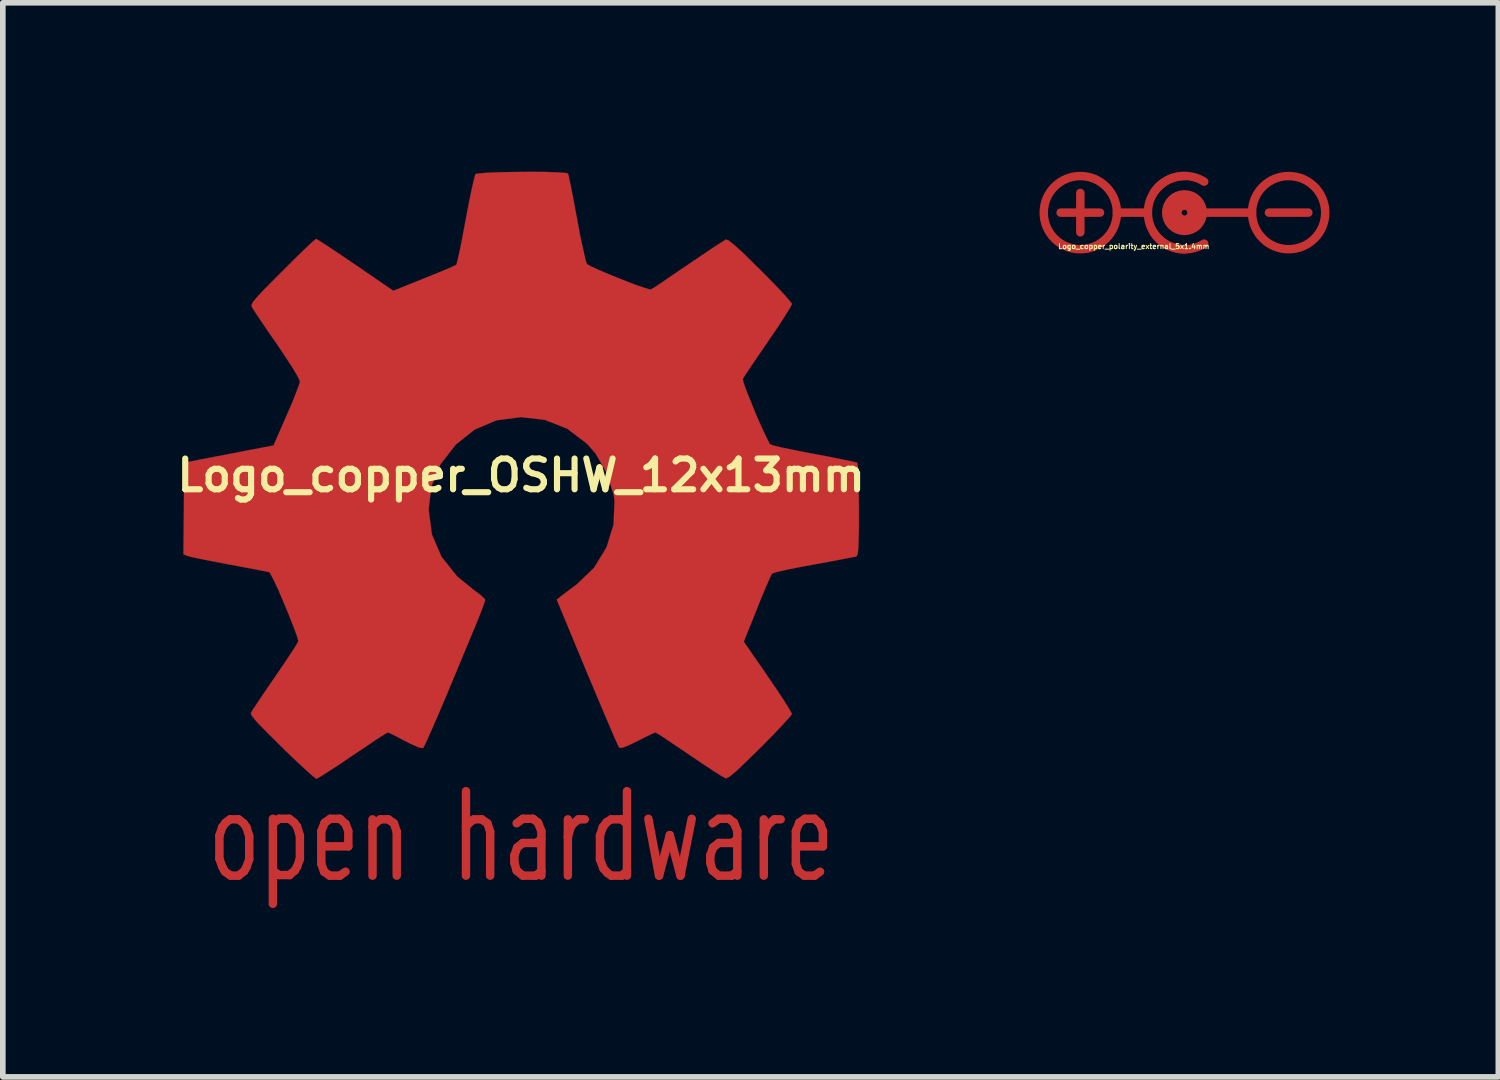
<source format=kicad_pcb>
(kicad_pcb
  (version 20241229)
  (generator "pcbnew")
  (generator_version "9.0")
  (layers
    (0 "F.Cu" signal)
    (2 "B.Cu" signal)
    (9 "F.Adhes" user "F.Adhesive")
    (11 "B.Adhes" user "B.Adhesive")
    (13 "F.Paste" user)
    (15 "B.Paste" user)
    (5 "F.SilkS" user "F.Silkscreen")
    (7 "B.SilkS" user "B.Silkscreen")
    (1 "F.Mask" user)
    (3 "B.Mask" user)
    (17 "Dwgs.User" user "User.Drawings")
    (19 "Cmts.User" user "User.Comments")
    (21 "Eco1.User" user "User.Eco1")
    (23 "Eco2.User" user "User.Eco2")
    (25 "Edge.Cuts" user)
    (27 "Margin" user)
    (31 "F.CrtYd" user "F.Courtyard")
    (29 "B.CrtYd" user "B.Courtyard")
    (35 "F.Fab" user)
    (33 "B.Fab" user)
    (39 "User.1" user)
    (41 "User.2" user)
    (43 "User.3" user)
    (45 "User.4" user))
  (footprint "Logo_copper_OSHW_12x13mm"
    (layer "F.Cu")
    (at 6.207 5.394)
    (property "Reference" "Logo_copper_OSHW_12x13mm" (at 0 0 0) (layer "F.SilkS") (effects (font (size 0.546 0.546) (thickness 0.109))))
    (attr exclude_from_pos_files exclude_from_bom)
    (fp_line (start -5.36 6.4) (end -5.36 6.81) (stroke (width 0.15) (type solid)) (layer "F.Cu"))
    (fp_line (start -5.36 6.81) (end -5.31 6.95) (stroke (width 0.15) (type solid)) (layer "F.Cu"))
    (fp_line (start -5.31 6.25) (end -5.36 6.4) (stroke (width 0.15) (type solid)) (layer "F.Cu"))
    (fp_line (start -5.31 6.95) (end -5.26 7.04) (stroke (width 0.15) (type solid)) (layer "F.Cu"))
    (fp_line (start -5.26 7.04) (end -5.16 7.11) (stroke (width 0.15) (type solid)) (layer "F.Cu"))
    (fp_line (start -5.25 6.17) (end -5.31 6.25) (stroke (width 0.15) (type solid)) (layer "F.Cu"))
    (fp_line (start -5.17 6.11) (end -5.25 6.17) (stroke (width 0.15) (type solid)) (layer "F.Cu"))
    (fp_line (start -5.16 7.11) (end -5.02 7.11) (stroke (width 0.15) (type solid)) (layer "F.Cu"))
    (fp_line (start -5.02 6.11) (end -5.17 6.11) (stroke (width 0.15) (type solid)) (layer "F.Cu"))
    (fp_line (start -5.02 7.11) (end -4.92 7.03) (stroke (width 0.15) (type solid)) (layer "F.Cu"))
    (fp_line (start -4.93 6.18) (end -5.02 6.11) (stroke (width 0.15) (type solid)) (layer "F.Cu"))
    (fp_line (start -4.92 7.03) (end -4.88 6.96) (stroke (width 0.15) (type solid)) (layer "F.Cu"))
    (fp_line (start -4.88 6.25) (end -4.93 6.18) (stroke (width 0.15) (type solid)) (layer "F.Cu"))
    (fp_line (start -4.88 6.96) (end -4.83 6.82) (stroke (width 0.15) (type solid)) (layer "F.Cu"))
    (fp_line (start -4.83 6.41) (end -4.88 6.25) (stroke (width 0.15) (type solid)) (layer "F.Cu"))
    (fp_line (start -4.83 6.82) (end -4.83 6.41) (stroke (width 0.15) (type solid)) (layer "F.Cu"))
    (fp_line (start -4.41 6.1) (end -4.41 7.61) (stroke (width 0.15) (type solid)) (layer "F.Cu"))
    (fp_line (start -4.4 7.03) (end -4.3 7.1) (stroke (width 0.15) (type solid)) (layer "F.Cu"))
    (fp_line (start -4.3 6.1) (end -4.38 6.16) (stroke (width 0.15) (type solid)) (layer "F.Cu"))
    (fp_line (start -4.3 6.1) (end -4.12 6.1) (stroke (width 0.15) (type solid)) (layer "F.Cu"))
    (fp_line (start -4.3 7.1) (end -4.11 7.1) (stroke (width 0.15) (type solid)) (layer "F.Cu"))
    (fp_line (start -4.12 7.1) (end -4.02 7.02) (stroke (width 0.15) (type solid)) (layer "F.Cu"))
    (fp_line (start -4.03 6.17) (end -4.12 6.1) (stroke (width 0.15) (type solid)) (layer "F.Cu"))
    (fp_line (start -4.02 7.02) (end -3.98 6.95) (stroke (width 0.15) (type solid)) (layer "F.Cu"))
    (fp_line (start -3.98 6.24) (end -4.03 6.17) (stroke (width 0.15) (type solid)) (layer "F.Cu"))
    (fp_line (start -3.98 6.95) (end -3.93 6.81) (stroke (width 0.15) (type solid)) (layer "F.Cu"))
    (fp_line (start -3.93 6.4) (end -3.98 6.24) (stroke (width 0.15) (type solid)) (layer "F.Cu"))
    (fp_line (start -3.93 6.81) (end -3.93 6.4) (stroke (width 0.15) (type solid)) (layer "F.Cu"))
    (fp_line (start -3.55 6.32) (end -3.55 6.9) (stroke (width 0.15) (type solid)) (layer "F.Cu"))
    (fp_line (start -3.55 6.59) (end -3.07 6.59) (stroke (width 0.15) (type solid)) (layer "F.Cu"))
    (fp_line (start -3.55 6.9) (end -3.5 7.04) (stroke (width 0.15) (type solid)) (layer "F.Cu"))
    (fp_line (start -3.5 7.04) (end -3.4 7.11) (stroke (width 0.15) (type solid)) (layer "F.Cu"))
    (fp_line (start -3.49 6.17) (end -3.55 6.32) (stroke (width 0.15) (type solid)) (layer "F.Cu"))
    (fp_line (start -3.4 7.11) (end -3.22 7.11) (stroke (width 0.15) (type solid)) (layer "F.Cu"))
    (fp_line (start -3.39 6.1) (end -3.49 6.17) (stroke (width 0.15) (type solid)) (layer "F.Cu"))
    (fp_line (start -3.22 6.1) (end -3.39 6.1) (stroke (width 0.15) (type solid)) (layer "F.Cu"))
    (fp_line (start -3.22 7.11) (end -3.12 7.04) (stroke (width 0.15) (type solid)) (layer "F.Cu"))
    (fp_line (start -3.12 6.19) (end -3.22 6.1) (stroke (width 0.15) (type solid)) (layer "F.Cu"))
    (fp_line (start -3.07 6.32) (end -3.12 6.19) (stroke (width 0.15) (type solid)) (layer "F.Cu"))
    (fp_line (start -3.07 6.59) (end -3.07 6.32) (stroke (width 0.15) (type solid)) (layer "F.Cu"))
    (fp_line (start -2.64 6.11) (end -2.64 7.11) (stroke (width 0.15) (type solid)) (layer "F.Cu"))
    (fp_line (start -2.58 6.17) (end -2.64 6.24) (stroke (width 0.15) (type solid)) (layer "F.Cu"))
    (fp_line (start -2.5 6.11) (end -2.58 6.17) (stroke (width 0.15) (type solid)) (layer "F.Cu"))
    (fp_line (start -2.36 6.11) (end -2.5 6.11) (stroke (width 0.15) (type solid)) (layer "F.Cu"))
    (fp_line (start -2.26 6.18) (end -2.36 6.11) (stroke (width 0.15) (type solid)) (layer "F.Cu"))
    (fp_line (start -2.21 6.33) (end -2.26 6.18) (stroke (width 0.15) (type solid)) (layer "F.Cu"))
    (fp_line (start -2.21 7.11) (end -2.21 6.33) (stroke (width 0.15) (type solid)) (layer "F.Cu"))
    (fp_line (start -0.98 7.11) (end -0.98 5.61) (stroke (width 0.15) (type solid)) (layer "F.Cu"))
    (fp_line (start -0.92 6.17) (end -0.98 6.24) (stroke (width 0.15) (type solid)) (layer "F.Cu"))
    (fp_line (start -0.84 6.11) (end -0.92 6.17) (stroke (width 0.15) (type solid)) (layer "F.Cu"))
    (fp_line (start -0.7 6.11) (end -0.84 6.11) (stroke (width 0.15) (type solid)) (layer "F.Cu"))
    (fp_line (start -0.6 6.18) (end -0.7 6.11) (stroke (width 0.15) (type solid)) (layer "F.Cu"))
    (fp_line (start -0.55 6.33) (end -0.6 6.18) (stroke (width 0.15) (type solid)) (layer "F.Cu"))
    (fp_line (start -0.55 7.11) (end -0.55 6.33) (stroke (width 0.15) (type solid)) (layer "F.Cu"))
    (fp_line (start -0.12 6.75) (end -0.12 6.88) (stroke (width 0.15) (type solid)) (layer "F.Cu"))
    (fp_line (start -0.12 6.88) (end -0.08 7.02) (stroke (width 0.15) (type solid)) (layer "F.Cu"))
    (fp_line (start -0.08 6.18) (end 0.03 6.1) (stroke (width 0.15) (type solid)) (layer "F.Cu"))
    (fp_line (start -0.08 7.02) (end 0.03 7.11) (stroke (width 0.15) (type solid)) (layer "F.Cu"))
    (fp_line (start -0.07 6.61) (end -0.12 6.75) (stroke (width 0.15) (type solid)) (layer "F.Cu"))
    (fp_line (start 0.03 6.1) (end 0.21 6.1) (stroke (width 0.15) (type solid)) (layer "F.Cu"))
    (fp_line (start 0.03 6.53) (end -0.07 6.61) (stroke (width 0.15) (type solid)) (layer "F.Cu"))
    (fp_line (start 0.03 7.11) (end 0.26 7.11) (stroke (width 0.15) (type solid)) (layer "F.Cu"))
    (fp_line (start 0.21 6.1) (end 0.3 6.17) (stroke (width 0.15) (type solid)) (layer "F.Cu"))
    (fp_line (start 0.26 7.11) (end 0.36 7.03) (stroke (width 0.15) (type solid)) (layer "F.Cu"))
    (fp_line (start 0.27 6.53) (end 0.03 6.53) (stroke (width 0.15) (type solid)) (layer "F.Cu"))
    (fp_line (start 0.3 6.17) (end 0.36 6.32) (stroke (width 0.15) (type solid)) (layer "F.Cu"))
    (fp_line (start 0.36 6.32) (end 0.36 7.11) (stroke (width 0.15) (type solid)) (layer "F.Cu"))
    (fp_line (start 0.36 6.46) (end 0.27 6.53) (stroke (width 0.15) (type solid)) (layer "F.Cu"))
    (fp_line (start 0.83 6.11) (end 0.83 7.11) (stroke (width 0.15) (type solid)) (layer "F.Cu"))
    (fp_line (start 0.88 6.25) (end 0.83 6.42) (stroke (width 0.15) (type solid)) (layer "F.Cu"))
    (fp_line (start 0.92 6.19) (end 0.88 6.25) (stroke (width 0.15) (type solid)) (layer "F.Cu"))
    (fp_line (start 1.02 6.11) (end 0.92 6.19) (stroke (width 0.15) (type solid)) (layer "F.Cu"))
    (fp_line (start 1.13 6.11) (end 1.02 6.11) (stroke (width 0.15) (type solid)) (layer "F.Cu"))
    (fp_line (start 1.4 6.4) (end 1.45 6.25) (stroke (width 0.15) (type solid)) (layer "F.Cu"))
    (fp_line (start 1.4 6.82) (end 1.4 6.4) (stroke (width 0.15) (type solid)) (layer "F.Cu"))
    (fp_line (start 1.45 6.25) (end 1.52 6.16) (stroke (width 0.15) (type solid)) (layer "F.Cu"))
    (fp_line (start 1.46 6.98) (end 1.4 6.82) (stroke (width 0.15) (type solid)) (layer "F.Cu"))
    (fp_line (start 1.52 6.16) (end 1.6 6.11) (stroke (width 0.15) (type solid)) (layer "F.Cu"))
    (fp_line (start 1.53 7.06) (end 1.46 6.98) (stroke (width 0.15) (type solid)) (layer "F.Cu"))
    (fp_line (start 1.6 6.11) (end 1.78 6.11) (stroke (width 0.15) (type solid)) (layer "F.Cu"))
    (fp_line (start 1.6 7.11) (end 1.53 7.06) (stroke (width 0.15) (type solid)) (layer "F.Cu"))
    (fp_line (start 1.78 6.11) (end 1.88 6.19) (stroke (width 0.15) (type solid)) (layer "F.Cu"))
    (fp_line (start 1.79 7.11) (end 1.6 7.11) (stroke (width 0.15) (type solid)) (layer "F.Cu"))
    (fp_line (start 1.88 5.61) (end 1.88 7.11) (stroke (width 0.15) (type solid)) (layer "F.Cu"))
    (fp_line (start 1.88 7.03) (end 1.79 7.11) (stroke (width 0.15) (type solid)) (layer "F.Cu"))
    (fp_line (start 2.26 6.1) (end 2.45 7.11) (stroke (width 0.15) (type solid)) (layer "F.Cu"))
    (fp_line (start 2.45 7.11) (end 2.64 6.39) (stroke (width 0.15) (type solid)) (layer "F.Cu"))
    (fp_line (start 2.64 6.39) (end 2.83 7.11) (stroke (width 0.15) (type solid)) (layer "F.Cu"))
    (fp_line (start 2.83 7.11) (end 3.03 6.1) (stroke (width 0.15) (type solid)) (layer "F.Cu"))
    (fp_line (start 3.36 6.75) (end 3.36 6.88) (stroke (width 0.15) (type solid)) (layer "F.Cu"))
    (fp_line (start 3.36 6.88) (end 3.4 7.02) (stroke (width 0.15) (type solid)) (layer "F.Cu"))
    (fp_line (start 3.4 6.18) (end 3.51 6.1) (stroke (width 0.15) (type solid)) (layer "F.Cu"))
    (fp_line (start 3.4 7.02) (end 3.51 7.11) (stroke (width 0.15) (type solid)) (layer "F.Cu"))
    (fp_line (start 3.41 6.61) (end 3.36 6.75) (stroke (width 0.15) (type solid)) (layer "F.Cu"))
    (fp_line (start 3.51 6.1) (end 3.69 6.1) (stroke (width 0.15) (type solid)) (layer "F.Cu"))
    (fp_line (start 3.51 6.53) (end 3.41 6.61) (stroke (width 0.15) (type solid)) (layer "F.Cu"))
    (fp_line (start 3.51 7.11) (end 3.74 7.11) (stroke (width 0.15) (type solid)) (layer "F.Cu"))
    (fp_line (start 3.69 6.1) (end 3.78 6.17) (stroke (width 0.15) (type solid)) (layer "F.Cu"))
    (fp_line (start 3.74 7.11) (end 3.84 7.03) (stroke (width 0.15) (type solid)) (layer "F.Cu"))
    (fp_line (start 3.75 6.53) (end 3.51 6.53) (stroke (width 0.15) (type solid)) (layer "F.Cu"))
    (fp_line (start 3.78 6.17) (end 3.84 6.32) (stroke (width 0.15) (type solid)) (layer "F.Cu"))
    (fp_line (start 3.84 6.32) (end 3.84 7.11) (stroke (width 0.15) (type solid)) (layer "F.Cu"))
    (fp_line (start 3.84 6.46) (end 3.75 6.53) (stroke (width 0.15) (type solid)) (layer "F.Cu"))
    (fp_line (start 4.31 6.11) (end 4.31 7.11) (stroke (width 0.15) (type solid)) (layer "F.Cu"))
    (fp_line (start 4.36 6.25) (end 4.31 6.42) (stroke (width 0.15) (type solid)) (layer "F.Cu"))
    (fp_line (start 4.4 6.19) (end 4.36 6.25) (stroke (width 0.15) (type solid)) (layer "F.Cu"))
    (fp_line (start 4.5 6.11) (end 4.4 6.19) (stroke (width 0.15) (type solid)) (layer "F.Cu"))
    (fp_line (start 4.61 6.11) (end 4.5 6.11) (stroke (width 0.15) (type solid)) (layer "F.Cu"))
    (fp_line (start 4.88 6.32) (end 4.88 6.9) (stroke (width 0.15) (type solid)) (layer "F.Cu"))
    (fp_line (start 4.88 6.59) (end 5.36 6.59) (stroke (width 0.15) (type solid)) (layer "F.Cu"))
    (fp_line (start 4.88 6.9) (end 4.93 7.04) (stroke (width 0.15) (type solid)) (layer "F.Cu"))
    (fp_line (start 4.93 7.04) (end 5.03 7.11) (stroke (width 0.15) (type solid)) (layer "F.Cu"))
    (fp_line (start 4.94 6.17) (end 4.88 6.32) (stroke (width 0.15) (type solid)) (layer "F.Cu"))
    (fp_line (start 5.03 7.11) (end 5.21 7.11) (stroke (width 0.15) (type solid)) (layer "F.Cu"))
    (fp_line (start 5.04 6.1) (end 4.94 6.17) (stroke (width 0.15) (type solid)) (layer "F.Cu"))
    (fp_line (start 5.21 6.1) (end 5.04 6.1) (stroke (width 0.15) (type solid)) (layer "F.Cu"))
    (fp_line (start 5.21 7.11) (end 5.31 7.04) (stroke (width 0.15) (type solid)) (layer "F.Cu"))
    (fp_line (start 5.31 6.19) (end 5.21 6.1) (stroke (width 0.15) (type solid)) (layer "F.Cu"))
    (fp_line (start 5.36 6.32) (end 5.31 6.19) (stroke (width 0.15) (type solid)) (layer "F.Cu"))
    (fp_line (start 5.36 6.59) (end 5.36 6.32) (stroke (width 0.15) (type solid)) (layer "F.Cu"))
    (fp_poly (pts (xy -3.637 5.39) (xy -3.574 5.357) (xy -3.434 5.268) (xy -3.233 5.138) (xy -2.997 4.978) (xy -2.758 4.818) (xy -2.563 4.686) (xy -2.426 4.6) (xy -2.37 4.567) (xy -2.339 4.577) (xy -2.225 4.633) (xy -2.062 4.719) (xy -1.966 4.768) (xy -1.816 4.834) (xy -1.742 4.846) (xy -1.73 4.826) (xy -1.674 4.709) (xy -1.587 4.514) (xy -1.473 4.252) (xy -1.344 3.95) (xy -1.206 3.619) (xy -1.067 3.284) (xy -0.935 2.967) (xy -0.815 2.68) (xy -0.721 2.446) (xy -0.66 2.283) (xy -0.638 2.212) (xy -0.645 2.197) (xy -0.719 2.126) (xy -0.851 2.027) (xy -1.135 1.796) (xy -1.415 1.445) (xy -1.585 1.049) (xy -1.643 0.607) (xy -1.595 0.198) (xy -1.433 -0.196) (xy -1.158 -0.549) (xy -0.826 -0.813) (xy -0.437 -0.978) (xy 0 -1.034) (xy 0.419 -0.986) (xy 0.82 -0.828) (xy 1.173 -0.559) (xy 1.323 -0.386) (xy 1.529 -0.028) (xy 1.646 0.358) (xy 1.659 0.455) (xy 1.641 0.876) (xy 1.516 1.28) (xy 1.295 1.641) (xy 0.986 1.938) (xy 0.947 1.966) (xy 0.803 2.073) (xy 0.709 2.146) (xy 0.632 2.207) (xy 1.168 3.5) (xy 1.255 3.706) (xy 1.402 4.056) (xy 1.532 4.361) (xy 1.636 4.605) (xy 1.707 4.765) (xy 1.737 4.831) (xy 1.742 4.834) (xy 1.788 4.841) (xy 1.887 4.806) (xy 2.068 4.719) (xy 2.187 4.658) (xy 2.324 4.592) (xy 2.385 4.567) (xy 2.438 4.595) (xy 2.57 4.681) (xy 2.761 4.811) (xy 2.992 4.966) (xy 3.213 5.116) (xy 3.416 5.25) (xy 3.564 5.344) (xy 3.635 5.382) (xy 3.645 5.382) (xy 3.708 5.347) (xy 3.825 5.25) (xy 4 5.083) (xy 4.249 4.839) (xy 4.288 4.801) (xy 4.493 4.592) (xy 4.658 4.417) (xy 4.77 4.293) (xy 4.811 4.237) (xy 4.773 4.166) (xy 4.681 4.018) (xy 4.547 3.815) (xy 4.384 3.574) (xy 3.955 2.954) (xy 4.191 2.367) (xy 4.262 2.187) (xy 4.354 1.968) (xy 4.422 1.814) (xy 4.458 1.745) (xy 4.521 1.722) (xy 4.681 1.684) (xy 4.915 1.636) (xy 5.192 1.585) (xy 5.456 1.537) (xy 5.695 1.491) (xy 5.867 1.458) (xy 5.946 1.443) (xy 5.964 1.43) (xy 5.979 1.392) (xy 5.989 1.311) (xy 5.994 1.166) (xy 5.999 0.937) (xy 5.999 0.607) (xy 5.999 0.572) (xy 5.994 0.257) (xy 5.989 0.005) (xy 5.982 -0.16) (xy 5.969 -0.226) (xy 5.895 -0.244) (xy 5.725 -0.279) (xy 5.486 -0.328) (xy 5.202 -0.381) (xy 5.184 -0.384) (xy 4.9 -0.439) (xy 4.663 -0.488) (xy 4.496 -0.526) (xy 4.427 -0.549) (xy 4.412 -0.569) (xy 4.354 -0.681) (xy 4.272 -0.856) (xy 4.178 -1.069) (xy 4.087 -1.293) (xy 4.006 -1.494) (xy 3.952 -1.643) (xy 3.937 -1.712) (xy 3.98 -1.781) (xy 4.077 -1.928) (xy 4.216 -2.131) (xy 4.381 -2.372) (xy 4.394 -2.393) (xy 4.557 -2.631) (xy 4.689 -2.835) (xy 4.778 -2.979) (xy 4.811 -3.043) (xy 4.811 -3.048) (xy 4.755 -3.119) (xy 4.633 -3.256) (xy 4.458 -3.439) (xy 4.249 -3.65) (xy 4.181 -3.716) (xy 3.95 -3.945) (xy 3.787 -4.092) (xy 3.686 -4.173) (xy 3.637 -4.191) (xy 3.635 -4.188) (xy 3.564 -4.145) (xy 3.411 -4.046) (xy 3.205 -3.907) (xy 2.962 -3.741) (xy 2.946 -3.731) (xy 2.705 -3.569) (xy 2.507 -3.432) (xy 2.365 -3.338) (xy 2.301 -3.302) (xy 2.291 -3.302) (xy 2.195 -3.33) (xy 2.024 -3.388) (xy 1.814 -3.47) (xy 1.593 -3.559) (xy 1.389 -3.645) (xy 1.24 -3.713) (xy 1.168 -3.754) (xy 1.166 -3.757) (xy 1.14 -3.843) (xy 1.1 -4.023) (xy 1.046 -4.27) (xy 0.993 -4.564) (xy 0.983 -4.61) (xy 0.93 -4.897) (xy 0.884 -5.133) (xy 0.848 -5.296) (xy 0.833 -5.364) (xy 0.792 -5.372) (xy 0.653 -5.382) (xy 0.439 -5.39) (xy 0.18 -5.392) (xy -0.091 -5.39) (xy -0.356 -5.385) (xy -0.582 -5.377) (xy -0.744 -5.364) (xy -0.813 -5.352) (xy -0.815 -5.347) (xy -0.838 -5.258) (xy -0.879 -5.08) (xy -0.93 -4.831) (xy -0.986 -4.536) (xy -0.996 -4.483) (xy -1.049 -4.199) (xy -1.097 -3.965) (xy -1.133 -3.805) (xy -1.151 -3.741) (xy -1.176 -3.729) (xy -1.293 -3.675) (xy -1.483 -3.597) (xy -1.722 -3.5) (xy -2.271 -3.279) (xy -2.944 -3.741) (xy -3.005 -3.782) (xy -3.249 -3.947) (xy -3.447 -4.079) (xy -3.586 -4.168) (xy -3.642 -4.201) (xy -3.647 -4.199) (xy -3.716 -4.14) (xy -3.848 -4.016) (xy -4.031 -3.838) (xy -4.242 -3.627) (xy -4.399 -3.47) (xy -4.585 -3.282) (xy -4.702 -3.155) (xy -4.768 -3.073) (xy -4.79 -3.023) (xy -4.783 -2.99) (xy -4.74 -2.921) (xy -4.641 -2.774) (xy -4.503 -2.568) (xy -4.338 -2.332) (xy -4.204 -2.131) (xy -4.056 -1.905) (xy -3.962 -1.745) (xy -3.929 -1.666) (xy -3.937 -1.633) (xy -3.985 -1.501) (xy -4.064 -1.3) (xy -4.166 -1.064) (xy -4.399 -0.531) (xy -4.75 -0.465) (xy -4.961 -0.424) (xy -5.258 -0.366) (xy -5.542 -0.312) (xy -5.984 -0.226) (xy -5.999 1.4) (xy -5.931 1.43) (xy -5.865 1.448) (xy -5.702 1.483) (xy -5.469 1.529) (xy -5.192 1.582) (xy -4.956 1.626) (xy -4.719 1.671) (xy -4.549 1.704) (xy -4.473 1.72) (xy -4.455 1.745) (xy -4.394 1.862) (xy -4.31 2.042) (xy -4.216 2.263) (xy -4.122 2.489) (xy -4.039 2.7) (xy -3.98 2.86) (xy -3.957 2.944) (xy -3.99 3.005) (xy -4.079 3.145) (xy -4.211 3.343) (xy -4.371 3.579) (xy -4.534 3.815) (xy -4.669 4.016) (xy -4.765 4.161) (xy -4.803 4.227) (xy -4.783 4.272) (xy -4.689 4.387) (xy -4.511 4.569) (xy -4.247 4.831) (xy -4.204 4.874) (xy -3.993 5.075) (xy -3.815 5.24) (xy -3.693 5.349) (xy -3.637 5.39)) (stroke (width 0.003) (type solid)) (fill yes) (layer "F.Cu")))
  (footprint "Logo_copper_polarity_external_5x1.4mm"
    (layer "F.Cu")
    (at 17.99 0.727)
    (property "Reference" "Logo_copper_polarity_external_5x1.4mm" (at -0.9 0.6 0) (layer "F.SilkS") (effects (font (size 0.089 0.089) (thickness 0.018))))
    (attr exclude_from_pos_files exclude_from_bom)
    (fp_line (start -2.2 0) (end -1.5 0) (stroke (width 0.15) (type solid)) (layer "F.Cu"))
    (fp_line (start -1.85 0.35) (end -1.85 -0.35) (stroke (width 0.15) (type solid)) (layer "F.Cu"))
    (fp_line (start -0.65 0) (end -1.2 0) (stroke (width 0.15) (type solid)) (layer "F.Cu"))
    (fp_line (start 1.2 0) (end 0.3 0) (stroke (width 0.15) (type solid)) (layer "F.Cu"))
    (fp_line (start 1.5 0) (end 2.2 0) (stroke (width 0.15) (type solid)) (layer "F.Cu"))
    (fp_arc (start -0.65 0) (mid -0.459619 -0.459619) (end 0 -0.65) (stroke (width 0.15) (type solid)) (layer "F.Cu"))
    (fp_arc (start -0.55 -0.35) (mid -0.141421 -0.636396) (end 0.35 -0.55) (stroke (width 0.15) (type solid)) (layer "F.Cu"))
    (fp_arc (start 0 0.65) (mid -0.459619 0.459619) (end -0.65 0) (stroke (width 0.15) (type solid)) (layer "F.Cu"))
    (fp_arc (start 0.35 0.55) (mid -0.141421 0.636396) (end -0.55 0.35) (stroke (width 0.15) (type solid)) (layer "F.Cu"))
    (fp_circle (center -1.85 0) (end -1.2 0) (stroke (width 0.15) (type solid)) (fill no) (layer "F.Cu"))
    (fp_circle (center 0 0) (end -0.2 0) (stroke (width 0.3) (type solid)) (fill no) (layer "F.Cu"))
    (fp_circle (center 0 0) (end -0.1 0) (stroke (width 0.3) (type solid)) (fill no) (layer "F.Cu"))
    (fp_circle (center 1.85 0) (end 2.5 0) (stroke (width 0.15) (type solid)) (fill no) (layer "F.Cu")))
  (gr_rect
    (start -3 -3)
    (end 23.565 16.079)
    (stroke (width 0.1) (type default))
    (fill no)
    (layer "Edge.Cuts")))
</source>
